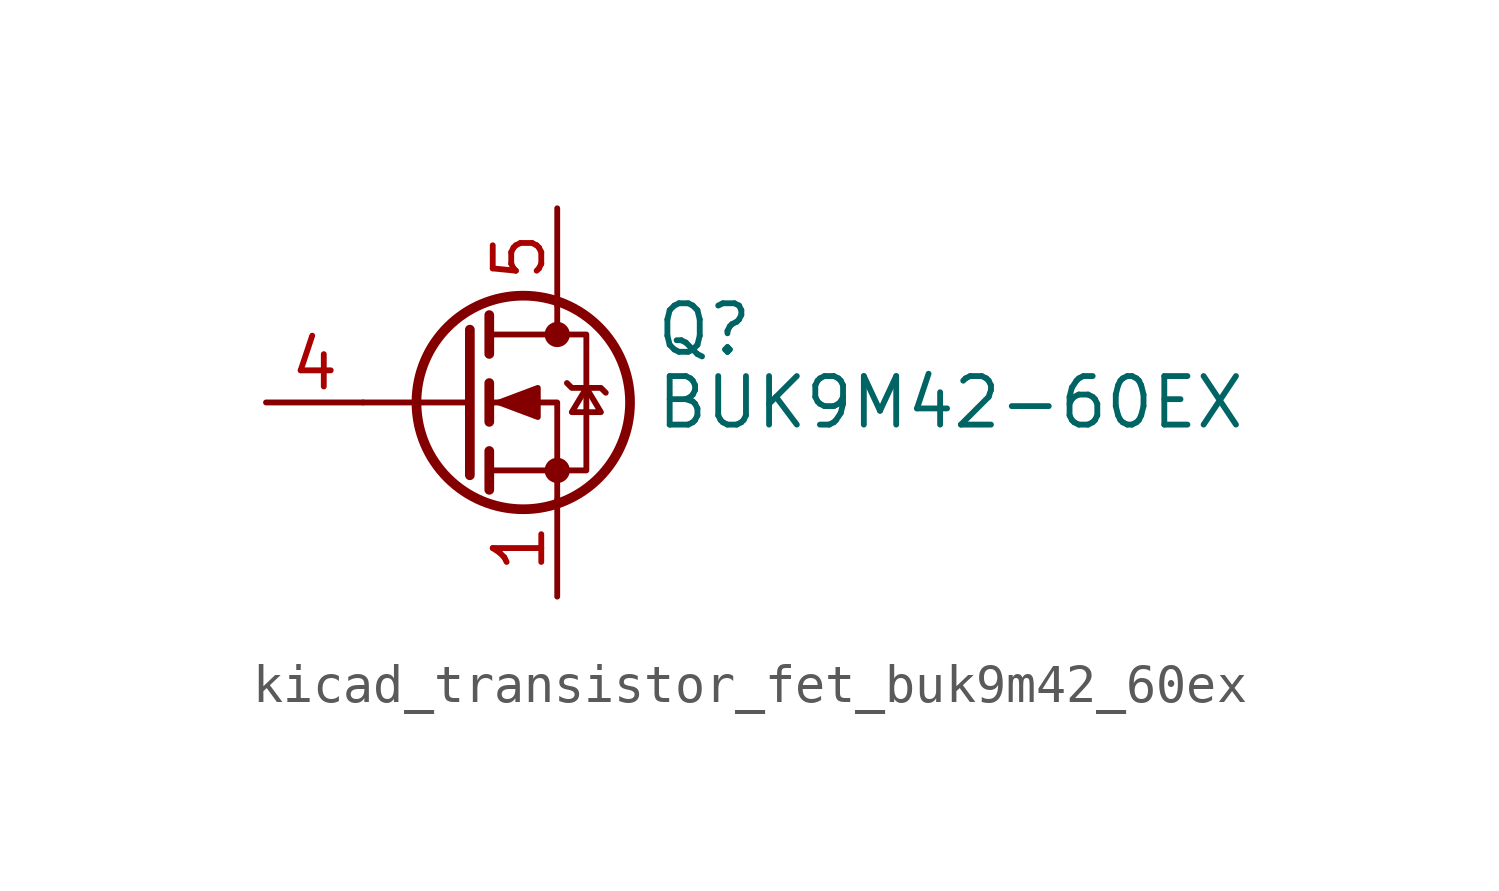
<source format=kicad_sym>
(kicad_symbol_lib
  (version 20220914)
  (generator kicad_symbol_editor)
  (symbol "kicad_transistor_fet_buk9m42_60ex"
    (pin_names hide)
    (property "Reference" "Q"
      (at 5.08 1.905 0)
      (effects (font (size 1.27 1.27)) (justify left)))
    (property "Value" "BUK9M42-60EX"
      (at 5.08 0 0)
      (effects (font (size 1.27 1.27)) (justify left)))
    (symbol "kicad_transistor_fet_buk9m42_60ex_0_1"
      (polyline (pts (xy 0.254 0) (xy -2.54 0)) (stroke (width 0) (type default)) (fill (type none)))
      (polyline (pts (xy 0.254 1.905) (xy 0.254 -1.905)) (stroke (width 0.254) (type default)) (fill (type none)))
      (polyline (pts (xy 0.762 -1.27) (xy 0.762 -2.286)) (stroke (width 0.254) (type default)) (fill (type none)))
      (polyline (pts (xy 0.762 0.508) (xy 0.762 -0.508)) (stroke (width 0.254) (type default)) (fill (type none)))
      (polyline (pts (xy 0.762 2.286) (xy 0.762 1.27)) (stroke (width 0.254) (type default)) (fill (type none)))
      (polyline (pts (xy 2.54 2.54) (xy 2.54 1.778)) (stroke (width 0) (type default)) (fill (type none)))
      (polyline (pts (xy 2.54 -2.54) (xy 2.54 0) (xy 0.762 0)) (stroke (width 0) (type default)) (fill (type none)))
      (polyline (pts (xy 0.762 -1.778) (xy 3.302 -1.778) (xy 3.302 1.778) (xy 0.762 1.778)) (stroke (width 0) (type default)) (fill (type none)))
      (polyline (pts (xy 1.016 0) (xy 2.032 0.381) (xy 2.032 -0.381) (xy 1.016 0)) (stroke (width 0) (type default)) (fill (type outline)))
      (polyline (pts (xy 2.794 0.508) (xy 2.921 0.381) (xy 3.683 0.381) (xy 3.81 0.254)) (stroke (width 0) (type default)) (fill (type none)))
      (polyline (pts (xy 3.302 0.381) (xy 2.921 -0.254) (xy 3.683 -0.254) (xy 3.302 0.381)) (stroke (width 0) (type default)) (fill (type none)))
      (circle (center 1.651 0) (radius 2.794) (stroke (width 0.254) (type default)) (fill (type none)))
      (circle (center 2.54 -1.778) (radius 0.254) (stroke (width 0) (type default)) (fill (type outline)))
      (circle (center 2.54 1.778) (radius 0.254) (stroke (width 0) (type default)) (fill (type outline))))
    (symbol "kicad_transistor_fet_buk9m42_60ex_1_1"
      (pin passive line (at 2.54 -5.08 90) (length 2.54) (name "S" (effects (font (size 1.27 1.27)))) (number "1" (effects (font (size 1.27 1.27)))))
      (pin passive line (at 2.54 -5.08 90) (length 2.54) hide (name "S" (effects (font (size 1.27 1.27)))) (number "2" (effects (font (size 1.27 1.27)))))
      (pin passive line (at 2.54 -5.08 90) (length 2.54) hide (name "S" (effects (font (size 1.27 1.27)))) (number "3" (effects (font (size 1.27 1.27)))))
      (pin passive line (at -5.08 0 0) (length 2.54) (name "G" (effects (font (size 1.27 1.27)))) (number "4" (effects (font (size 1.27 1.27)))))
      (pin passive line (at 2.54 5.08 270) (length 2.54) (name "D" (effects (font (size 1.27 1.27)))) (number "5" (effects (font (size 1.27 1.27))))))))
</source>
